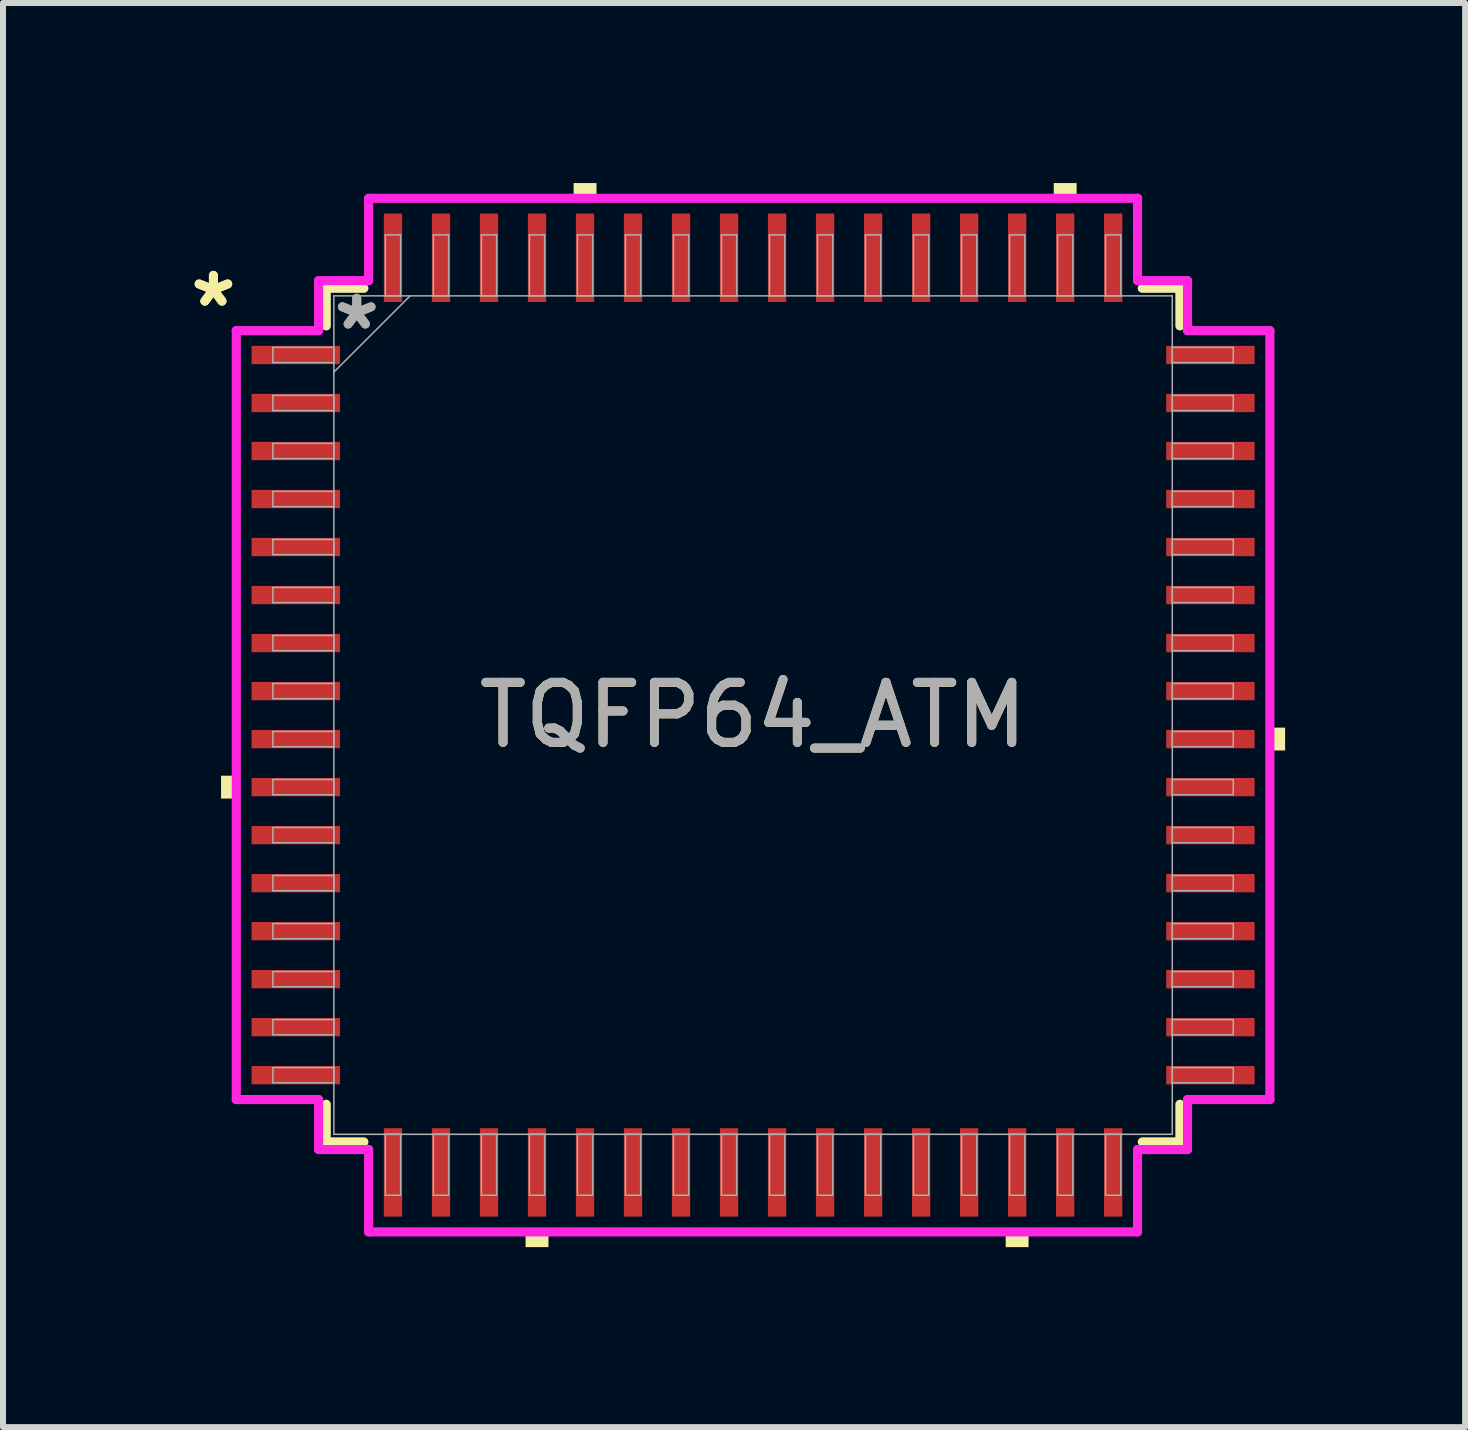
<source format=kicad_pcb>
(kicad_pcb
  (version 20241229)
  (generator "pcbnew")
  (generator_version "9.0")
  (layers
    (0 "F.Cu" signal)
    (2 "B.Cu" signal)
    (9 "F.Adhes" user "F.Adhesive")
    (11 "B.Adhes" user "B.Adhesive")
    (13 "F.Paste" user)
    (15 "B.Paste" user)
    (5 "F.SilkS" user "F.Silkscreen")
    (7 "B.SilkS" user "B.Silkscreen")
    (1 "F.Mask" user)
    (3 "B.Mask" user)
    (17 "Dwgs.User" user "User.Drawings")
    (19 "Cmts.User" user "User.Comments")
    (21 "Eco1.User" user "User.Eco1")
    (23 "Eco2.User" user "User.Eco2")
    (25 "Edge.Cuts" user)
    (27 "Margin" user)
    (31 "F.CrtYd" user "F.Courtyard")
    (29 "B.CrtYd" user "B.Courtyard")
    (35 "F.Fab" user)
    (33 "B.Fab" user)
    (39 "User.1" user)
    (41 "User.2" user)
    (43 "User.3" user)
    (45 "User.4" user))
  (footprint "TQFP64_ATM"
    (layer "F.Cu")
    (at 9.498 8.865)
    (property "Reference" "TQFP64_ATM" (at 0 0 0) (unlocked yes) (layer "F.SilkS") (effects (font (size 1 1) (thickness 0.15))))
    (attr smd)
    (fp_line (start -7.112 -7.112) (end -7.112 -6.485) (stroke (width 0.152) (type solid)) (layer "F.SilkS"))
    (fp_line (start -7.112 6.485) (end -7.112 7.112) (stroke (width 0.152) (type solid)) (layer "F.SilkS"))
    (fp_line (start -7.112 7.112) (end -6.485 7.112) (stroke (width 0.152) (type solid)) (layer "F.SilkS"))
    (fp_line (start -6.485 -7.112) (end -7.112 -7.112) (stroke (width 0.152) (type solid)) (layer "F.SilkS"))
    (fp_line (start 6.485 7.112) (end 7.112 7.112) (stroke (width 0.152) (type solid)) (layer "F.SilkS"))
    (fp_line (start 7.112 -7.112) (end 6.485 -7.112) (stroke (width 0.152) (type solid)) (layer "F.SilkS"))
    (fp_line (start 7.112 -6.485) (end 7.112 -7.112) (stroke (width 0.152) (type solid)) (layer "F.SilkS"))
    (fp_line (start 7.112 7.112) (end 7.112 6.485) (stroke (width 0.152) (type solid)) (layer "F.SilkS"))
    (fp_poly (pts (xy -8.865 1.01) (xy -8.865 1.391) (xy -8.611 1.391) (xy -8.611 1.01)) (stroke (width 0) (type solid)) (fill yes) (layer "F.SilkS"))
    (fp_poly (pts (xy -3.791 8.611) (xy -3.791 8.865) (xy -3.409 8.865) (xy -3.409 8.611)) (stroke (width 0) (type solid)) (fill yes) (layer "F.SilkS"))
    (fp_poly (pts (xy -2.99 -8.611) (xy -2.99 -8.865) (xy -2.609 -8.865) (xy -2.609 -8.611)) (stroke (width 0) (type solid)) (fill yes) (layer "F.SilkS"))
    (fp_poly (pts (xy 4.209 8.611) (xy 4.209 8.865) (xy 4.59 8.865) (xy 4.59 8.611)) (stroke (width 0) (type solid)) (fill yes) (layer "F.SilkS"))
    (fp_poly (pts (xy 5.01 -8.611) (xy 5.01 -8.865) (xy 5.391 -8.865) (xy 5.391 -8.611)) (stroke (width 0) (type solid)) (fill yes) (layer "F.SilkS"))
    (fp_poly (pts (xy 8.865 0.209) (xy 8.865 0.59) (xy 8.611 0.59) (xy 8.611 0.209)) (stroke (width 0) (type solid)) (fill yes) (layer "F.SilkS"))
    (fp_line (start -8.611 -6.406) (end -7.239 -6.406) (stroke (width 0.152) (type solid)) (layer "F.CrtYd"))
    (fp_line (start -8.611 6.406) (end -8.611 -6.406) (stroke (width 0.152) (type solid)) (layer "F.CrtYd"))
    (fp_line (start -7.239 -7.239) (end -6.406 -7.239) (stroke (width 0.152) (type solid)) (layer "F.CrtYd"))
    (fp_line (start -7.239 -6.406) (end -7.239 -7.239) (stroke (width 0.152) (type solid)) (layer "F.CrtYd"))
    (fp_line (start -7.239 6.406) (end -8.611 6.406) (stroke (width 0.152) (type solid)) (layer "F.CrtYd"))
    (fp_line (start -7.239 7.239) (end -7.239 6.406) (stroke (width 0.152) (type solid)) (layer "F.CrtYd"))
    (fp_line (start -7.239 7.239) (end -6.406 7.239) (stroke (width 0.152) (type solid)) (layer "F.CrtYd"))
    (fp_line (start -6.406 -8.611) (end 6.406 -8.611) (stroke (width 0.152) (type solid)) (layer "F.CrtYd"))
    (fp_line (start -6.406 -7.239) (end -6.406 -8.611) (stroke (width 0.152) (type solid)) (layer "F.CrtYd"))
    (fp_line (start -6.406 7.239) (end -6.406 8.611) (stroke (width 0.152) (type solid)) (layer "F.CrtYd"))
    (fp_line (start -6.406 8.611) (end 6.406 8.611) (stroke (width 0.152) (type solid)) (layer "F.CrtYd"))
    (fp_line (start 6.406 -8.611) (end 6.406 -7.239) (stroke (width 0.152) (type solid)) (layer "F.CrtYd"))
    (fp_line (start 6.406 -7.239) (end 7.239 -7.239) (stroke (width 0.152) (type solid)) (layer "F.CrtYd"))
    (fp_line (start 6.406 7.239) (end 7.239 7.239) (stroke (width 0.152) (type solid)) (layer "F.CrtYd"))
    (fp_line (start 6.406 8.611) (end 6.406 7.239) (stroke (width 0.152) (type solid)) (layer "F.CrtYd"))
    (fp_line (start 7.239 -6.406) (end 7.239 -7.239) (stroke (width 0.152) (type solid)) (layer "F.CrtYd"))
    (fp_line (start 7.239 6.406) (end 8.611 6.406) (stroke (width 0.152) (type solid)) (layer "F.CrtYd"))
    (fp_line (start 7.239 7.239) (end 7.239 6.406) (stroke (width 0.152) (type solid)) (layer "F.CrtYd"))
    (fp_line (start 8.611 -6.406) (end 7.239 -6.406) (stroke (width 0.152) (type solid)) (layer "F.CrtYd"))
    (fp_line (start 8.611 6.406) (end 8.611 -6.406) (stroke (width 0.152) (type solid)) (layer "F.CrtYd"))
    (fp_line (start -8.001 -6.127) (end -8.001 -5.873) (stroke (width 0.025) (type solid)) (layer "F.Fab"))
    (fp_line (start -8.001 -5.873) (end -6.985 -5.873) (stroke (width 0.025) (type solid)) (layer "F.Fab"))
    (fp_line (start -8.001 -5.327) (end -8.001 -5.073) (stroke (width 0.025) (type solid)) (layer "F.Fab"))
    (fp_line (start -8.001 -5.073) (end -6.985 -5.073) (stroke (width 0.025) (type solid)) (layer "F.Fab"))
    (fp_line (start -8.001 -4.527) (end -8.001 -4.273) (stroke (width 0.025) (type solid)) (layer "F.Fab"))
    (fp_line (start -8.001 -4.273) (end -6.985 -4.273) (stroke (width 0.025) (type solid)) (layer "F.Fab"))
    (fp_line (start -8.001 -3.727) (end -8.001 -3.473) (stroke (width 0.025) (type solid)) (layer "F.Fab"))
    (fp_line (start -8.001 -3.473) (end -6.985 -3.473) (stroke (width 0.025) (type solid)) (layer "F.Fab"))
    (fp_line (start -8.001 -2.927) (end -8.001 -2.673) (stroke (width 0.025) (type solid)) (layer "F.Fab"))
    (fp_line (start -8.001 -2.673) (end -6.985 -2.673) (stroke (width 0.025) (type solid)) (layer "F.Fab"))
    (fp_line (start -8.001 -2.127) (end -8.001 -1.873) (stroke (width 0.025) (type solid)) (layer "F.Fab"))
    (fp_line (start -8.001 -1.873) (end -6.985 -1.873) (stroke (width 0.025) (type solid)) (layer "F.Fab"))
    (fp_line (start -8.001 -1.327) (end -8.001 -1.073) (stroke (width 0.025) (type solid)) (layer "F.Fab"))
    (fp_line (start -8.001 -1.073) (end -6.985 -1.073) (stroke (width 0.025) (type solid)) (layer "F.Fab"))
    (fp_line (start -8.001 -0.527) (end -8.001 -0.273) (stroke (width 0.025) (type solid)) (layer "F.Fab"))
    (fp_line (start -8.001 -0.273) (end -6.985 -0.273) (stroke (width 0.025) (type solid)) (layer "F.Fab"))
    (fp_line (start -8.001 0.273) (end -8.001 0.527) (stroke (width 0.025) (type solid)) (layer "F.Fab"))
    (fp_line (start -8.001 0.527) (end -6.985 0.527) (stroke (width 0.025) (type solid)) (layer "F.Fab"))
    (fp_line (start -8.001 1.073) (end -8.001 1.327) (stroke (width 0.025) (type solid)) (layer "F.Fab"))
    (fp_line (start -8.001 1.327) (end -6.985 1.327) (stroke (width 0.025) (type solid)) (layer "F.Fab"))
    (fp_line (start -8.001 1.873) (end -8.001 2.127) (stroke (width 0.025) (type solid)) (layer "F.Fab"))
    (fp_line (start -8.001 2.127) (end -6.985 2.127) (stroke (width 0.025) (type solid)) (layer "F.Fab"))
    (fp_line (start -8.001 2.673) (end -8.001 2.927) (stroke (width 0.025) (type solid)) (layer "F.Fab"))
    (fp_line (start -8.001 2.927) (end -6.985 2.927) (stroke (width 0.025) (type solid)) (layer "F.Fab"))
    (fp_line (start -8.001 3.473) (end -8.001 3.727) (stroke (width 0.025) (type solid)) (layer "F.Fab"))
    (fp_line (start -8.001 3.727) (end -6.985 3.727) (stroke (width 0.025) (type solid)) (layer "F.Fab"))
    (fp_line (start -8.001 4.273) (end -8.001 4.527) (stroke (width 0.025) (type solid)) (layer "F.Fab"))
    (fp_line (start -8.001 4.527) (end -6.985 4.527) (stroke (width 0.025) (type solid)) (layer "F.Fab"))
    (fp_line (start -8.001 5.073) (end -8.001 5.327) (stroke (width 0.025) (type solid)) (layer "F.Fab"))
    (fp_line (start -8.001 5.327) (end -6.985 5.327) (stroke (width 0.025) (type solid)) (layer "F.Fab"))
    (fp_line (start -8.001 5.873) (end -8.001 6.127) (stroke (width 0.025) (type solid)) (layer "F.Fab"))
    (fp_line (start -8.001 6.127) (end -6.985 6.127) (stroke (width 0.025) (type solid)) (layer "F.Fab"))
    (fp_line (start -6.985 -6.985) (end -6.985 -6.985) (stroke (width 0.025) (type solid)) (layer "F.Fab"))
    (fp_line (start -6.985 -6.985) (end -6.985 6.985) (stroke (width 0.025) (type solid)) (layer "F.Fab"))
    (fp_line (start -6.985 -6.127) (end -8.001 -6.127) (stroke (width 0.025) (type solid)) (layer "F.Fab"))
    (fp_line (start -6.985 -5.873) (end -6.985 -6.127) (stroke (width 0.025) (type solid)) (layer "F.Fab"))
    (fp_line (start -6.985 -5.715) (end -5.715 -6.985) (stroke (width 0.025) (type solid)) (layer "F.Fab"))
    (fp_line (start -6.985 -5.327) (end -8.001 -5.327) (stroke (width 0.025) (type solid)) (layer "F.Fab"))
    (fp_line (start -6.985 -5.073) (end -6.985 -5.327) (stroke (width 0.025) (type solid)) (layer "F.Fab"))
    (fp_line (start -6.985 -4.527) (end -8.001 -4.527) (stroke (width 0.025) (type solid)) (layer "F.Fab"))
    (fp_line (start -6.985 -4.273) (end -6.985 -4.527) (stroke (width 0.025) (type solid)) (layer "F.Fab"))
    (fp_line (start -6.985 -3.727) (end -8.001 -3.727) (stroke (width 0.025) (type solid)) (layer "F.Fab"))
    (fp_line (start -6.985 -3.473) (end -6.985 -3.727) (stroke (width 0.025) (type solid)) (layer "F.Fab"))
    (fp_line (start -6.985 -2.927) (end -8.001 -2.927) (stroke (width 0.025) (type solid)) (layer "F.Fab"))
    (fp_line (start -6.985 -2.673) (end -6.985 -2.927) (stroke (width 0.025) (type solid)) (layer "F.Fab"))
    (fp_line (start -6.985 -2.127) (end -8.001 -2.127) (stroke (width 0.025) (type solid)) (layer "F.Fab"))
    (fp_line (start -6.985 -1.873) (end -6.985 -2.127) (stroke (width 0.025) (type solid)) (layer "F.Fab"))
    (fp_line (start -6.985 -1.327) (end -8.001 -1.327) (stroke (width 0.025) (type solid)) (layer "F.Fab"))
    (fp_line (start -6.985 -1.073) (end -6.985 -1.327) (stroke (width 0.025) (type solid)) (layer "F.Fab"))
    (fp_line (start -6.985 -0.527) (end -8.001 -0.527) (stroke (width 0.025) (type solid)) (layer "F.Fab"))
    (fp_line (start -6.985 -0.273) (end -6.985 -0.527) (stroke (width 0.025) (type solid)) (layer "F.Fab"))
    (fp_line (start -6.985 0.273) (end -8.001 0.273) (stroke (width 0.025) (type solid)) (layer "F.Fab"))
    (fp_line (start -6.985 0.527) (end -6.985 0.273) (stroke (width 0.025) (type solid)) (layer "F.Fab"))
    (fp_line (start -6.985 1.073) (end -8.001 1.073) (stroke (width 0.025) (type solid)) (layer "F.Fab"))
    (fp_line (start -6.985 1.327) (end -6.985 1.073) (stroke (width 0.025) (type solid)) (layer "F.Fab"))
    (fp_line (start -6.985 1.873) (end -8.001 1.873) (stroke (width 0.025) (type solid)) (layer "F.Fab"))
    (fp_line (start -6.985 2.127) (end -6.985 1.873) (stroke (width 0.025) (type solid)) (layer "F.Fab"))
    (fp_line (start -6.985 2.673) (end -8.001 2.673) (stroke (width 0.025) (type solid)) (layer "F.Fab"))
    (fp_line (start -6.985 2.927) (end -6.985 2.673) (stroke (width 0.025) (type solid)) (layer "F.Fab"))
    (fp_line (start -6.985 3.473) (end -8.001 3.473) (stroke (width 0.025) (type solid)) (layer "F.Fab"))
    (fp_line (start -6.985 3.727) (end -6.985 3.473) (stroke (width 0.025) (type solid)) (layer "F.Fab"))
    (fp_line (start -6.985 4.273) (end -8.001 4.273) (stroke (width 0.025) (type solid)) (layer "F.Fab"))
    (fp_line (start -6.985 4.527) (end -6.985 4.273) (stroke (width 0.025) (type solid)) (layer "F.Fab"))
    (fp_line (start -6.985 5.073) (end -8.001 5.073) (stroke (width 0.025) (type solid)) (layer "F.Fab"))
    (fp_line (start -6.985 5.327) (end -6.985 5.073) (stroke (width 0.025) (type solid)) (layer "F.Fab"))
    (fp_line (start -6.985 5.873) (end -8.001 5.873) (stroke (width 0.025) (type solid)) (layer "F.Fab"))
    (fp_line (start -6.985 6.127) (end -6.985 5.873) (stroke (width 0.025) (type solid)) (layer "F.Fab"))
    (fp_line (start -6.985 6.985) (end -6.985 6.985) (stroke (width 0.025) (type solid)) (layer "F.Fab"))
    (fp_line (start -6.985 6.985) (end 6.985 6.985) (stroke (width 0.025) (type solid)) (layer "F.Fab"))
    (fp_line (start -6.127 -8.001) (end -6.127 -6.985) (stroke (width 0.025) (type solid)) (layer "F.Fab"))
    (fp_line (start -6.127 -6.985) (end -5.873 -6.985) (stroke (width 0.025) (type solid)) (layer "F.Fab"))
    (fp_line (start -6.127 6.985) (end -6.127 8.001) (stroke (width 0.025) (type solid)) (layer "F.Fab"))
    (fp_line (start -6.127 8.001) (end -5.873 8.001) (stroke (width 0.025) (type solid)) (layer "F.Fab"))
    (fp_line (start -5.873 -8.001) (end -6.127 -8.001) (stroke (width 0.025) (type solid)) (layer "F.Fab"))
    (fp_line (start -5.873 -6.985) (end -5.873 -8.001) (stroke (width 0.025) (type solid)) (layer "F.Fab"))
    (fp_line (start -5.873 6.985) (end -6.127 6.985) (stroke (width 0.025) (type solid)) (layer "F.Fab"))
    (fp_line (start -5.873 8.001) (end -5.873 6.985) (stroke (width 0.025) (type solid)) (layer "F.Fab"))
    (fp_line (start -5.327 -8.001) (end -5.327 -6.985) (stroke (width 0.025) (type solid)) (layer "F.Fab"))
    (fp_line (start -5.327 -6.985) (end -5.073 -6.985) (stroke (width 0.025) (type solid)) (layer "F.Fab"))
    (fp_line (start -5.327 6.985) (end -5.327 8.001) (stroke (width 0.025) (type solid)) (layer "F.Fab"))
    (fp_line (start -5.327 8.001) (end -5.073 8.001) (stroke (width 0.025) (type solid)) (layer "F.Fab"))
    (fp_line (start -5.073 -8.001) (end -5.327 -8.001) (stroke (width 0.025) (type solid)) (layer "F.Fab"))
    (fp_line (start -5.073 -6.985) (end -5.073 -8.001) (stroke (width 0.025) (type solid)) (layer "F.Fab"))
    (fp_line (start -5.073 6.985) (end -5.327 6.985) (stroke (width 0.025) (type solid)) (layer "F.Fab"))
    (fp_line (start -5.073 8.001) (end -5.073 6.985) (stroke (width 0.025) (type solid)) (layer "F.Fab"))
    (fp_line (start -4.527 -8.001) (end -4.527 -6.985) (stroke (width 0.025) (type solid)) (layer "F.Fab"))
    (fp_line (start -4.527 -6.985) (end -4.273 -6.985) (stroke (width 0.025) (type solid)) (layer "F.Fab"))
    (fp_line (start -4.527 6.985) (end -4.527 8.001) (stroke (width 0.025) (type solid)) (layer "F.Fab"))
    (fp_line (start -4.527 8.001) (end -4.273 8.001) (stroke (width 0.025) (type solid)) (layer "F.Fab"))
    (fp_line (start -4.273 -8.001) (end -4.527 -8.001) (stroke (width 0.025) (type solid)) (layer "F.Fab"))
    (fp_line (start -4.273 -6.985) (end -4.273 -8.001) (stroke (width 0.025) (type solid)) (layer "F.Fab"))
    (fp_line (start -4.273 6.985) (end -4.527 6.985) (stroke (width 0.025) (type solid)) (layer "F.Fab"))
    (fp_line (start -4.273 8.001) (end -4.273 6.985) (stroke (width 0.025) (type solid)) (layer "F.Fab"))
    (fp_line (start -3.727 -8.001) (end -3.727 -6.985) (stroke (width 0.025) (type solid)) (layer "F.Fab"))
    (fp_line (start -3.727 -6.985) (end -3.473 -6.985) (stroke (width 0.025) (type solid)) (layer "F.Fab"))
    (fp_line (start -3.727 6.985) (end -3.727 8.001) (stroke (width 0.025) (type solid)) (layer "F.Fab"))
    (fp_line (start -3.727 8.001) (end -3.473 8.001) (stroke (width 0.025) (type solid)) (layer "F.Fab"))
    (fp_line (start -3.473 -8.001) (end -3.727 -8.001) (stroke (width 0.025) (type solid)) (layer "F.Fab"))
    (fp_line (start -3.473 -6.985) (end -3.473 -8.001) (stroke (width 0.025) (type solid)) (layer "F.Fab"))
    (fp_line (start -3.473 6.985) (end -3.727 6.985) (stroke (width 0.025) (type solid)) (layer "F.Fab"))
    (fp_line (start -3.473 8.001) (end -3.473 6.985) (stroke (width 0.025) (type solid)) (layer "F.Fab"))
    (fp_line (start -2.927 -8.001) (end -2.927 -6.985) (stroke (width 0.025) (type solid)) (layer "F.Fab"))
    (fp_line (start -2.927 -6.985) (end -2.673 -6.985) (stroke (width 0.025) (type solid)) (layer "F.Fab"))
    (fp_line (start -2.927 6.985) (end -2.927 8.001) (stroke (width 0.025) (type solid)) (layer "F.Fab"))
    (fp_line (start -2.927 8.001) (end -2.673 8.001) (stroke (width 0.025) (type solid)) (layer "F.Fab"))
    (fp_line (start -2.673 -8.001) (end -2.927 -8.001) (stroke (width 0.025) (type solid)) (layer "F.Fab"))
    (fp_line (start -2.673 -6.985) (end -2.673 -8.001) (stroke (width 0.025) (type solid)) (layer "F.Fab"))
    (fp_line (start -2.673 6.985) (end -2.927 6.985) (stroke (width 0.025) (type solid)) (layer "F.Fab"))
    (fp_line (start -2.673 8.001) (end -2.673 6.985) (stroke (width 0.025) (type solid)) (layer "F.Fab"))
    (fp_line (start -2.127 -8.001) (end -2.127 -6.985) (stroke (width 0.025) (type solid)) (layer "F.Fab"))
    (fp_line (start -2.127 -6.985) (end -1.873 -6.985) (stroke (width 0.025) (type solid)) (layer "F.Fab"))
    (fp_line (start -2.127 6.985) (end -2.127 8.001) (stroke (width 0.025) (type solid)) (layer "F.Fab"))
    (fp_line (start -2.127 8.001) (end -1.873 8.001) (stroke (width 0.025) (type solid)) (layer "F.Fab"))
    (fp_line (start -1.873 -8.001) (end -2.127 -8.001) (stroke (width 0.025) (type solid)) (layer "F.Fab"))
    (fp_line (start -1.873 -6.985) (end -1.873 -8.001) (stroke (width 0.025) (type solid)) (layer "F.Fab"))
    (fp_line (start -1.873 6.985) (end -2.127 6.985) (stroke (width 0.025) (type solid)) (layer "F.Fab"))
    (fp_line (start -1.873 8.001) (end -1.873 6.985) (stroke (width 0.025) (type solid)) (layer "F.Fab"))
    (fp_line (start -1.327 -8.001) (end -1.327 -6.985) (stroke (width 0.025) (type solid)) (layer "F.Fab"))
    (fp_line (start -1.327 -6.985) (end -1.073 -6.985) (stroke (width 0.025) (type solid)) (layer "F.Fab"))
    (fp_line (start -1.327 6.985) (end -1.327 8.001) (stroke (width 0.025) (type solid)) (layer "F.Fab"))
    (fp_line (start -1.327 8.001) (end -1.073 8.001) (stroke (width 0.025) (type solid)) (layer "F.Fab"))
    (fp_line (start -1.073 -8.001) (end -1.327 -8.001) (stroke (width 0.025) (type solid)) (layer "F.Fab"))
    (fp_line (start -1.073 -6.985) (end -1.073 -8.001) (stroke (width 0.025) (type solid)) (layer "F.Fab"))
    (fp_line (start -1.073 6.985) (end -1.327 6.985) (stroke (width 0.025) (type solid)) (layer "F.Fab"))
    (fp_line (start -1.073 8.001) (end -1.073 6.985) (stroke (width 0.025) (type solid)) (layer "F.Fab"))
    (fp_line (start -0.527 -8.001) (end -0.527 -6.985) (stroke (width 0.025) (type solid)) (layer "F.Fab"))
    (fp_line (start -0.527 -6.985) (end -0.273 -6.985) (stroke (width 0.025) (type solid)) (layer "F.Fab"))
    (fp_line (start -0.527 6.985) (end -0.527 8.001) (stroke (width 0.025) (type solid)) (layer "F.Fab"))
    (fp_line (start -0.527 8.001) (end -0.273 8.001) (stroke (width 0.025) (type solid)) (layer "F.Fab"))
    (fp_line (start -0.273 -8.001) (end -0.527 -8.001) (stroke (width 0.025) (type solid)) (layer "F.Fab"))
    (fp_line (start -0.273 -6.985) (end -0.273 -8.001) (stroke (width 0.025) (type solid)) (layer "F.Fab"))
    (fp_line (start -0.273 6.985) (end -0.527 6.985) (stroke (width 0.025) (type solid)) (layer "F.Fab"))
    (fp_line (start -0.273 8.001) (end -0.273 6.985) (stroke (width 0.025) (type solid)) (layer "F.Fab"))
    (fp_line (start 0.273 -8.001) (end 0.273 -6.985) (stroke (width 0.025) (type solid)) (layer "F.Fab"))
    (fp_line (start 0.273 -6.985) (end 0.527 -6.985) (stroke (width 0.025) (type solid)) (layer "F.Fab"))
    (fp_line (start 0.273 6.985) (end 0.273 8.001) (stroke (width 0.025) (type solid)) (layer "F.Fab"))
    (fp_line (start 0.273 8.001) (end 0.527 8.001) (stroke (width 0.025) (type solid)) (layer "F.Fab"))
    (fp_line (start 0.527 -8.001) (end 0.273 -8.001) (stroke (width 0.025) (type solid)) (layer "F.Fab"))
    (fp_line (start 0.527 -6.985) (end 0.527 -8.001) (stroke (width 0.025) (type solid)) (layer "F.Fab"))
    (fp_line (start 0.527 6.985) (end 0.273 6.985) (stroke (width 0.025) (type solid)) (layer "F.Fab"))
    (fp_line (start 0.527 8.001) (end 0.527 6.985) (stroke (width 0.025) (type solid)) (layer "F.Fab"))
    (fp_line (start 1.073 -8.001) (end 1.073 -6.985) (stroke (width 0.025) (type solid)) (layer "F.Fab"))
    (fp_line (start 1.073 -6.985) (end 1.327 -6.985) (stroke (width 0.025) (type solid)) (layer "F.Fab"))
    (fp_line (start 1.073 6.985) (end 1.073 8.001) (stroke (width 0.025) (type solid)) (layer "F.Fab"))
    (fp_line (start 1.073 8.001) (end 1.327 8.001) (stroke (width 0.025) (type solid)) (layer "F.Fab"))
    (fp_line (start 1.327 -8.001) (end 1.073 -8.001) (stroke (width 0.025) (type solid)) (layer "F.Fab"))
    (fp_line (start 1.327 -6.985) (end 1.327 -8.001) (stroke (width 0.025) (type solid)) (layer "F.Fab"))
    (fp_line (start 1.327 6.985) (end 1.073 6.985) (stroke (width 0.025) (type solid)) (layer "F.Fab"))
    (fp_line (start 1.327 8.001) (end 1.327 6.985) (stroke (width 0.025) (type solid)) (layer "F.Fab"))
    (fp_line (start 1.873 -8.001) (end 1.873 -6.985) (stroke (width 0.025) (type solid)) (layer "F.Fab"))
    (fp_line (start 1.873 -6.985) (end 2.127 -6.985) (stroke (width 0.025) (type solid)) (layer "F.Fab"))
    (fp_line (start 1.873 6.985) (end 1.873 8.001) (stroke (width 0.025) (type solid)) (layer "F.Fab"))
    (fp_line (start 1.873 8.001) (end 2.127 8.001) (stroke (width 0.025) (type solid)) (layer "F.Fab"))
    (fp_line (start 2.127 -8.001) (end 1.873 -8.001) (stroke (width 0.025) (type solid)) (layer "F.Fab"))
    (fp_line (start 2.127 -6.985) (end 2.127 -8.001) (stroke (width 0.025) (type solid)) (layer "F.Fab"))
    (fp_line (start 2.127 6.985) (end 1.873 6.985) (stroke (width 0.025) (type solid)) (layer "F.Fab"))
    (fp_line (start 2.127 8.001) (end 2.127 6.985) (stroke (width 0.025) (type solid)) (layer "F.Fab"))
    (fp_line (start 2.673 -8.001) (end 2.673 -6.985) (stroke (width 0.025) (type solid)) (layer "F.Fab"))
    (fp_line (start 2.673 -6.985) (end 2.927 -6.985) (stroke (width 0.025) (type solid)) (layer "F.Fab"))
    (fp_line (start 2.673 6.985) (end 2.673 8.001) (stroke (width 0.025) (type solid)) (layer "F.Fab"))
    (fp_line (start 2.673 8.001) (end 2.927 8.001) (stroke (width 0.025) (type solid)) (layer "F.Fab"))
    (fp_line (start 2.927 -8.001) (end 2.673 -8.001) (stroke (width 0.025) (type solid)) (layer "F.Fab"))
    (fp_line (start 2.927 -6.985) (end 2.927 -8.001) (stroke (width 0.025) (type solid)) (layer "F.Fab"))
    (fp_line (start 2.927 6.985) (end 2.673 6.985) (stroke (width 0.025) (type solid)) (layer "F.Fab"))
    (fp_line (start 2.927 8.001) (end 2.927 6.985) (stroke (width 0.025) (type solid)) (layer "F.Fab"))
    (fp_line (start 3.473 -8.001) (end 3.473 -6.985) (stroke (width 0.025) (type solid)) (layer "F.Fab"))
    (fp_line (start 3.473 -6.985) (end 3.727 -6.985) (stroke (width 0.025) (type solid)) (layer "F.Fab"))
    (fp_line (start 3.473 6.985) (end 3.473 8.001) (stroke (width 0.025) (type solid)) (layer "F.Fab"))
    (fp_line (start 3.473 8.001) (end 3.727 8.001) (stroke (width 0.025) (type solid)) (layer "F.Fab"))
    (fp_line (start 3.727 -8.001) (end 3.473 -8.001) (stroke (width 0.025) (type solid)) (layer "F.Fab"))
    (fp_line (start 3.727 -6.985) (end 3.727 -8.001) (stroke (width 0.025) (type solid)) (layer "F.Fab"))
    (fp_line (start 3.727 6.985) (end 3.473 6.985) (stroke (width 0.025) (type solid)) (layer "F.Fab"))
    (fp_line (start 3.727 8.001) (end 3.727 6.985) (stroke (width 0.025) (type solid)) (layer "F.Fab"))
    (fp_line (start 4.273 -8.001) (end 4.273 -6.985) (stroke (width 0.025) (type solid)) (layer "F.Fab"))
    (fp_line (start 4.273 -6.985) (end 4.527 -6.985) (stroke (width 0.025) (type solid)) (layer "F.Fab"))
    (fp_line (start 4.273 6.985) (end 4.273 8.001) (stroke (width 0.025) (type solid)) (layer "F.Fab"))
    (fp_line (start 4.273 8.001) (end 4.527 8.001) (stroke (width 0.025) (type solid)) (layer "F.Fab"))
    (fp_line (start 4.527 -8.001) (end 4.273 -8.001) (stroke (width 0.025) (type solid)) (layer "F.Fab"))
    (fp_line (start 4.527 -6.985) (end 4.527 -8.001) (stroke (width 0.025) (type solid)) (layer "F.Fab"))
    (fp_line (start 4.527 6.985) (end 4.273 6.985) (stroke (width 0.025) (type solid)) (layer "F.Fab"))
    (fp_line (start 4.527 8.001) (end 4.527 6.985) (stroke (width 0.025) (type solid)) (layer "F.Fab"))
    (fp_line (start 5.073 -8.001) (end 5.073 -6.985) (stroke (width 0.025) (type solid)) (layer "F.Fab"))
    (fp_line (start 5.073 -6.985) (end 5.327 -6.985) (stroke (width 0.025) (type solid)) (layer "F.Fab"))
    (fp_line (start 5.073 6.985) (end 5.073 8.001) (stroke (width 0.025) (type solid)) (layer "F.Fab"))
    (fp_line (start 5.073 8.001) (end 5.327 8.001) (stroke (width 0.025) (type solid)) (layer "F.Fab"))
    (fp_line (start 5.327 -8.001) (end 5.073 -8.001) (stroke (width 0.025) (type solid)) (layer "F.Fab"))
    (fp_line (start 5.327 -6.985) (end 5.327 -8.001) (stroke (width 0.025) (type solid)) (layer "F.Fab"))
    (fp_line (start 5.327 6.985) (end 5.073 6.985) (stroke (width 0.025) (type solid)) (layer "F.Fab"))
    (fp_line (start 5.327 8.001) (end 5.327 6.985) (stroke (width 0.025) (type solid)) (layer "F.Fab"))
    (fp_line (start 5.873 -8.001) (end 5.873 -6.985) (stroke (width 0.025) (type solid)) (layer "F.Fab"))
    (fp_line (start 5.873 -6.985) (end 6.127 -6.985) (stroke (width 0.025) (type solid)) (layer "F.Fab"))
    (fp_line (start 5.873 6.985) (end 5.873 8.001) (stroke (width 0.025) (type solid)) (layer "F.Fab"))
    (fp_line (start 5.873 8.001) (end 6.127 8.001) (stroke (width 0.025) (type solid)) (layer "F.Fab"))
    (fp_line (start 6.127 -8.001) (end 5.873 -8.001) (stroke (width 0.025) (type solid)) (layer "F.Fab"))
    (fp_line (start 6.127 -6.985) (end 6.127 -8.001) (stroke (width 0.025) (type solid)) (layer "F.Fab"))
    (fp_line (start 6.127 6.985) (end 5.873 6.985) (stroke (width 0.025) (type solid)) (layer "F.Fab"))
    (fp_line (start 6.127 8.001) (end 6.127 6.985) (stroke (width 0.025) (type solid)) (layer "F.Fab"))
    (fp_line (start 6.985 -6.985) (end -6.985 -6.985) (stroke (width 0.025) (type solid)) (layer "F.Fab"))
    (fp_line (start 6.985 -6.985) (end 6.985 -6.985) (stroke (width 0.025) (type solid)) (layer "F.Fab"))
    (fp_line (start 6.985 -6.127) (end 6.985 -5.873) (stroke (width 0.025) (type solid)) (layer "F.Fab"))
    (fp_line (start 6.985 -5.873) (end 8.001 -5.873) (stroke (width 0.025) (type solid)) (layer "F.Fab"))
    (fp_line (start 6.985 -5.327) (end 6.985 -5.073) (stroke (width 0.025) (type solid)) (layer "F.Fab"))
    (fp_line (start 6.985 -5.073) (end 8.001 -5.073) (stroke (width 0.025) (type solid)) (layer "F.Fab"))
    (fp_line (start 6.985 -4.527) (end 6.985 -4.273) (stroke (width 0.025) (type solid)) (layer "F.Fab"))
    (fp_line (start 6.985 -4.273) (end 8.001 -4.273) (stroke (width 0.025) (type solid)) (layer "F.Fab"))
    (fp_line (start 6.985 -3.727) (end 6.985 -3.473) (stroke (width 0.025) (type solid)) (layer "F.Fab"))
    (fp_line (start 6.985 -3.473) (end 8.001 -3.473) (stroke (width 0.025) (type solid)) (layer "F.Fab"))
    (fp_line (start 6.985 -2.927) (end 6.985 -2.673) (stroke (width 0.025) (type solid)) (layer "F.Fab"))
    (fp_line (start 6.985 -2.673) (end 8.001 -2.673) (stroke (width 0.025) (type solid)) (layer "F.Fab"))
    (fp_line (start 6.985 -2.127) (end 6.985 -1.873) (stroke (width 0.025) (type solid)) (layer "F.Fab"))
    (fp_line (start 6.985 -1.873) (end 8.001 -1.873) (stroke (width 0.025) (type solid)) (layer "F.Fab"))
    (fp_line (start 6.985 -1.327) (end 6.985 -1.073) (stroke (width 0.025) (type solid)) (layer "F.Fab"))
    (fp_line (start 6.985 -1.073) (end 8.001 -1.073) (stroke (width 0.025) (type solid)) (layer "F.Fab"))
    (fp_line (start 6.985 -0.527) (end 6.985 -0.273) (stroke (width 0.025) (type solid)) (layer "F.Fab"))
    (fp_line (start 6.985 -0.273) (end 8.001 -0.273) (stroke (width 0.025) (type solid)) (layer "F.Fab"))
    (fp_line (start 6.985 0.273) (end 6.985 0.527) (stroke (width 0.025) (type solid)) (layer "F.Fab"))
    (fp_line (start 6.985 0.527) (end 8.001 0.527) (stroke (width 0.025) (type solid)) (layer "F.Fab"))
    (fp_line (start 6.985 1.073) (end 6.985 1.327) (stroke (width 0.025) (type solid)) (layer "F.Fab"))
    (fp_line (start 6.985 1.327) (end 8.001 1.327) (stroke (width 0.025) (type solid)) (layer "F.Fab"))
    (fp_line (start 6.985 1.873) (end 6.985 2.127) (stroke (width 0.025) (type solid)) (layer "F.Fab"))
    (fp_line (start 6.985 2.127) (end 8.001 2.127) (stroke (width 0.025) (type solid)) (layer "F.Fab"))
    (fp_line (start 6.985 2.673) (end 6.985 2.927) (stroke (width 0.025) (type solid)) (layer "F.Fab"))
    (fp_line (start 6.985 2.927) (end 8.001 2.927) (stroke (width 0.025) (type solid)) (layer "F.Fab"))
    (fp_line (start 6.985 3.473) (end 6.985 3.727) (stroke (width 0.025) (type solid)) (layer "F.Fab"))
    (fp_line (start 6.985 3.727) (end 8.001 3.727) (stroke (width 0.025) (type solid)) (layer "F.Fab"))
    (fp_line (start 6.985 4.273) (end 6.985 4.527) (stroke (width 0.025) (type solid)) (layer "F.Fab"))
    (fp_line (start 6.985 4.527) (end 8.001 4.527) (stroke (width 0.025) (type solid)) (layer "F.Fab"))
    (fp_line (start 6.985 5.073) (end 6.985 5.327) (stroke (width 0.025) (type solid)) (layer "F.Fab"))
    (fp_line (start 6.985 5.327) (end 8.001 5.327) (stroke (width 0.025) (type solid)) (layer "F.Fab"))
    (fp_line (start 6.985 5.873) (end 6.985 6.127) (stroke (width 0.025) (type solid)) (layer "F.Fab"))
    (fp_line (start 6.985 6.127) (end 8.001 6.127) (stroke (width 0.025) (type solid)) (layer "F.Fab"))
    (fp_line (start 6.985 6.985) (end 6.985 -6.985) (stroke (width 0.025) (type solid)) (layer "F.Fab"))
    (fp_line (start 6.985 6.985) (end 6.985 6.985) (stroke (width 0.025) (type solid)) (layer "F.Fab"))
    (fp_line (start 8.001 -6.127) (end 6.985 -6.127) (stroke (width 0.025) (type solid)) (layer "F.Fab"))
    (fp_line (start 8.001 -5.873) (end 8.001 -6.127) (stroke (width 0.025) (type solid)) (layer "F.Fab"))
    (fp_line (start 8.001 -5.327) (end 6.985 -5.327) (stroke (width 0.025) (type solid)) (layer "F.Fab"))
    (fp_line (start 8.001 -5.073) (end 8.001 -5.327) (stroke (width 0.025) (type solid)) (layer "F.Fab"))
    (fp_line (start 8.001 -4.527) (end 6.985 -4.527) (stroke (width 0.025) (type solid)) (layer "F.Fab"))
    (fp_line (start 8.001 -4.273) (end 8.001 -4.527) (stroke (width 0.025) (type solid)) (layer "F.Fab"))
    (fp_line (start 8.001 -3.727) (end 6.985 -3.727) (stroke (width 0.025) (type solid)) (layer "F.Fab"))
    (fp_line (start 8.001 -3.473) (end 8.001 -3.727) (stroke (width 0.025) (type solid)) (layer "F.Fab"))
    (fp_line (start 8.001 -2.927) (end 6.985 -2.927) (stroke (width 0.025) (type solid)) (layer "F.Fab"))
    (fp_line (start 8.001 -2.673) (end 8.001 -2.927) (stroke (width 0.025) (type solid)) (layer "F.Fab"))
    (fp_line (start 8.001 -2.127) (end 6.985 -2.127) (stroke (width 0.025) (type solid)) (layer "F.Fab"))
    (fp_line (start 8.001 -1.873) (end 8.001 -2.127) (stroke (width 0.025) (type solid)) (layer "F.Fab"))
    (fp_line (start 8.001 -1.327) (end 6.985 -1.327) (stroke (width 0.025) (type solid)) (layer "F.Fab"))
    (fp_line (start 8.001 -1.073) (end 8.001 -1.327) (stroke (width 0.025) (type solid)) (layer "F.Fab"))
    (fp_line (start 8.001 -0.527) (end 6.985 -0.527) (stroke (width 0.025) (type solid)) (layer "F.Fab"))
    (fp_line (start 8.001 -0.273) (end 8.001 -0.527) (stroke (width 0.025) (type solid)) (layer "F.Fab"))
    (fp_line (start 8.001 0.273) (end 6.985 0.273) (stroke (width 0.025) (type solid)) (layer "F.Fab"))
    (fp_line (start 8.001 0.527) (end 8.001 0.273) (stroke (width 0.025) (type solid)) (layer "F.Fab"))
    (fp_line (start 8.001 1.073) (end 6.985 1.073) (stroke (width 0.025) (type solid)) (layer "F.Fab"))
    (fp_line (start 8.001 1.327) (end 8.001 1.073) (stroke (width 0.025) (type solid)) (layer "F.Fab"))
    (fp_line (start 8.001 1.873) (end 6.985 1.873) (stroke (width 0.025) (type solid)) (layer "F.Fab"))
    (fp_line (start 8.001 2.127) (end 8.001 1.873) (stroke (width 0.025) (type solid)) (layer "F.Fab"))
    (fp_line (start 8.001 2.673) (end 6.985 2.673) (stroke (width 0.025) (type solid)) (layer "F.Fab"))
    (fp_line (start 8.001 2.927) (end 8.001 2.673) (stroke (width 0.025) (type solid)) (layer "F.Fab"))
    (fp_line (start 8.001 3.473) (end 6.985 3.473) (stroke (width 0.025) (type solid)) (layer "F.Fab"))
    (fp_line (start 8.001 3.727) (end 8.001 3.473) (stroke (width 0.025) (type solid)) (layer "F.Fab"))
    (fp_line (start 8.001 4.273) (end 6.985 4.273) (stroke (width 0.025) (type solid)) (layer "F.Fab"))
    (fp_line (start 8.001 4.527) (end 8.001 4.273) (stroke (width 0.025) (type solid)) (layer "F.Fab"))
    (fp_line (start 8.001 5.073) (end 6.985 5.073) (stroke (width 0.025) (type solid)) (layer "F.Fab"))
    (fp_line (start 8.001 5.327) (end 8.001 5.073) (stroke (width 0.025) (type solid)) (layer "F.Fab"))
    (fp_line (start 8.001 5.873) (end 6.985 5.873) (stroke (width 0.025) (type solid)) (layer "F.Fab"))
    (fp_line (start 8.001 6.127) (end 8.001 5.873) (stroke (width 0.025) (type solid)) (layer "F.Fab"))
    (fp_text user "*" (at -8.992 -6.781 0) (layer "F.SilkS") (effects (font (size 1 1) (thickness 0.15))))
    (fp_text user "*" (at -8.992 -6.781 0) (unlocked yes) (layer "F.SilkS") (effects (font (size 1 1) (thickness 0.15))))
    (fp_text user "*" (at -6.604 -6.4 0) (unlocked yes) (layer "F.Fab") (effects (font (size 1 1) (thickness 0.15))))
    (fp_text user "*" (at -6.604 -6.4 0) (layer "F.Fab") (effects (font (size 1 1) (thickness 0.15))))
    (fp_text user "${REFERENCE}" (at 0 0 0) (unlocked yes) (layer "F.Fab") (effects (font (size 1 1) (thickness 0.15))))
    (pad "1" smd rect (at -7.62 -6 90) (size 0.305 1.473) (layers "F.Cu" "F.Mask" "F.Paste"))
    (pad "2" smd rect (at -7.62 -5.2 90) (size 0.305 1.473) (layers "F.Cu" "F.Mask" "F.Paste"))
    (pad "3" smd rect (at -7.62 -4.4 90) (size 0.305 1.473) (layers "F.Cu" "F.Mask" "F.Paste"))
    (pad "4" smd rect (at -7.62 -3.6 90) (size 0.305 1.473) (layers "F.Cu" "F.Mask" "F.Paste"))
    (pad "5" smd rect (at -7.62 -2.8 90) (size 0.305 1.473) (layers "F.Cu" "F.Mask" "F.Paste"))
    (pad "6" smd rect (at -7.62 -2 90) (size 0.305 1.473) (layers "F.Cu" "F.Mask" "F.Paste"))
    (pad "7" smd rect (at -7.62 -1.2 90) (size 0.305 1.473) (layers "F.Cu" "F.Mask" "F.Paste"))
    (pad "8" smd rect (at -7.62 -0.4 90) (size 0.305 1.473) (layers "F.Cu" "F.Mask" "F.Paste"))
    (pad "9" smd rect (at -7.62 0.4 90) (size 0.305 1.473) (layers "F.Cu" "F.Mask" "F.Paste"))
    (pad "10" smd rect (at -7.62 1.2 90) (size 0.305 1.473) (layers "F.Cu" "F.Mask" "F.Paste"))
    (pad "11" smd rect (at -7.62 2 90) (size 0.305 1.473) (layers "F.Cu" "F.Mask" "F.Paste"))
    (pad "12" smd rect (at -7.62 2.8 90) (size 0.305 1.473) (layers "F.Cu" "F.Mask" "F.Paste"))
    (pad "13" smd rect (at -7.62 3.6 90) (size 0.305 1.473) (layers "F.Cu" "F.Mask" "F.Paste"))
    (pad "14" smd rect (at -7.62 4.4 90) (size 0.305 1.473) (layers "F.Cu" "F.Mask" "F.Paste"))
    (pad "15" smd rect (at -7.62 5.2 90) (size 0.305 1.473) (layers "F.Cu" "F.Mask" "F.Paste"))
    (pad "16" smd rect (at -7.62 6 90) (size 0.305 1.473) (layers "F.Cu" "F.Mask" "F.Paste"))
    (pad "17" smd rect (at -6 7.62) (size 0.305 1.473) (layers "F.Cu" "F.Mask" "F.Paste"))
    (pad "18" smd rect (at -5.2 7.62) (size 0.305 1.473) (layers "F.Cu" "F.Mask" "F.Paste"))
    (pad "19" smd rect (at -4.4 7.62) (size 0.305 1.473) (layers "F.Cu" "F.Mask" "F.Paste"))
    (pad "20" smd rect (at -3.6 7.62) (size 0.305 1.473) (layers "F.Cu" "F.Mask" "F.Paste"))
    (pad "21" smd rect (at -2.8 7.62) (size 0.305 1.473) (layers "F.Cu" "F.Mask" "F.Paste"))
    (pad "22" smd rect (at -2 7.62) (size 0.305 1.473) (layers "F.Cu" "F.Mask" "F.Paste"))
    (pad "23" smd rect (at -1.2 7.62) (size 0.305 1.473) (layers "F.Cu" "F.Mask" "F.Paste"))
    (pad "24" smd rect (at -0.4 7.62) (size 0.305 1.473) (layers "F.Cu" "F.Mask" "F.Paste"))
    (pad "25" smd rect (at 0.4 7.62) (size 0.305 1.473) (layers "F.Cu" "F.Mask" "F.Paste"))
    (pad "26" smd rect (at 1.2 7.62) (size 0.305 1.473) (layers "F.Cu" "F.Mask" "F.Paste"))
    (pad "27" smd rect (at 2 7.62) (size 0.305 1.473) (layers "F.Cu" "F.Mask" "F.Paste"))
    (pad "28" smd rect (at 2.8 7.62) (size 0.305 1.473) (layers "F.Cu" "F.Mask" "F.Paste"))
    (pad "29" smd rect (at 3.6 7.62) (size 0.305 1.473) (layers "F.Cu" "F.Mask" "F.Paste"))
    (pad "30" smd rect (at 4.4 7.62) (size 0.305 1.473) (layers "F.Cu" "F.Mask" "F.Paste"))
    (pad "31" smd rect (at 5.2 7.62) (size 0.305 1.473) (layers "F.Cu" "F.Mask" "F.Paste"))
    (pad "32" smd rect (at 6 7.62) (size 0.305 1.473) (layers "F.Cu" "F.Mask" "F.Paste"))
    (pad "33" smd rect (at 7.62 6 90) (size 0.305 1.473) (layers "F.Cu" "F.Mask" "F.Paste"))
    (pad "34" smd rect (at 7.62 5.2 90) (size 0.305 1.473) (layers "F.Cu" "F.Mask" "F.Paste"))
    (pad "35" smd rect (at 7.62 4.4 90) (size 0.305 1.473) (layers "F.Cu" "F.Mask" "F.Paste"))
    (pad "36" smd rect (at 7.62 3.6 90) (size 0.305 1.473) (layers "F.Cu" "F.Mask" "F.Paste"))
    (pad "37" smd rect (at 7.62 2.8 90) (size 0.305 1.473) (layers "F.Cu" "F.Mask" "F.Paste"))
    (pad "38" smd rect (at 7.62 2 90) (size 0.305 1.473) (layers "F.Cu" "F.Mask" "F.Paste"))
    (pad "39" smd rect (at 7.62 1.2 90) (size 0.305 1.473) (layers "F.Cu" "F.Mask" "F.Paste"))
    (pad "40" smd rect (at 7.62 0.4 90) (size 0.305 1.473) (layers "F.Cu" "F.Mask" "F.Paste"))
    (pad "41" smd rect (at 7.62 -0.4 90) (size 0.305 1.473) (layers "F.Cu" "F.Mask" "F.Paste"))
    (pad "42" smd rect (at 7.62 -1.2 90) (size 0.305 1.473) (layers "F.Cu" "F.Mask" "F.Paste"))
    (pad "43" smd rect (at 7.62 -2 90) (size 0.305 1.473) (layers "F.Cu" "F.Mask" "F.Paste"))
    (pad "44" smd rect (at 7.62 -2.8 90) (size 0.305 1.473) (layers "F.Cu" "F.Mask" "F.Paste"))
    (pad "45" smd rect (at 7.62 -3.6 90) (size 0.305 1.473) (layers "F.Cu" "F.Mask" "F.Paste"))
    (pad "46" smd rect (at 7.62 -4.4 90) (size 0.305 1.473) (layers "F.Cu" "F.Mask" "F.Paste"))
    (pad "47" smd rect (at 7.62 -5.2 90) (size 0.305 1.473) (layers "F.Cu" "F.Mask" "F.Paste"))
    (pad "48" smd rect (at 7.62 -6 90) (size 0.305 1.473) (layers "F.Cu" "F.Mask" "F.Paste"))
    (pad "49" smd rect (at 6 -7.62) (size 0.305 1.473) (layers "F.Cu" "F.Mask" "F.Paste"))
    (pad "50" smd rect (at 5.2 -7.62) (size 0.305 1.473) (layers "F.Cu" "F.Mask" "F.Paste"))
    (pad "51" smd rect (at 4.4 -7.62) (size 0.305 1.473) (layers "F.Cu" "F.Mask" "F.Paste"))
    (pad "52" smd rect (at 3.6 -7.62) (size 0.305 1.473) (layers "F.Cu" "F.Mask" "F.Paste"))
    (pad "53" smd rect (at 2.8 -7.62) (size 0.305 1.473) (layers "F.Cu" "F.Mask" "F.Paste"))
    (pad "54" smd rect (at 2 -7.62) (size 0.305 1.473) (layers "F.Cu" "F.Mask" "F.Paste"))
    (pad "55" smd rect (at 1.2 -7.62) (size 0.305 1.473) (layers "F.Cu" "F.Mask" "F.Paste"))
    (pad "56" smd rect (at 0.4 -7.62) (size 0.305 1.473) (layers "F.Cu" "F.Mask" "F.Paste"))
    (pad "57" smd rect (at -0.4 -7.62) (size 0.305 1.473) (layers "F.Cu" "F.Mask" "F.Paste"))
    (pad "58" smd rect (at -1.2 -7.62) (size 0.305 1.473) (layers "F.Cu" "F.Mask" "F.Paste"))
    (pad "59" smd rect (at -2 -7.62) (size 0.305 1.473) (layers "F.Cu" "F.Mask" "F.Paste"))
    (pad "60" smd rect (at -2.8 -7.62) (size 0.305 1.473) (layers "F.Cu" "F.Mask" "F.Paste"))
    (pad "61" smd rect (at -3.6 -7.62) (size 0.305 1.473) (layers "F.Cu" "F.Mask" "F.Paste"))
    (pad "62" smd rect (at -4.4 -7.62) (size 0.305 1.473) (layers "F.Cu" "F.Mask" "F.Paste"))
    (pad "63" smd rect (at -5.2 -7.62) (size 0.305 1.473) (layers "F.Cu" "F.Mask" "F.Paste"))
    (pad "64" smd rect (at -6 -7.62) (size 0.305 1.473) (layers "F.Cu" "F.Mask" "F.Paste")))
  (gr_rect
    (start -3 -3)
    (end 21.362 20.729)
    (stroke (width 0.1) (type default))
    (fill no)
    (layer "Edge.Cuts")))
</source>
